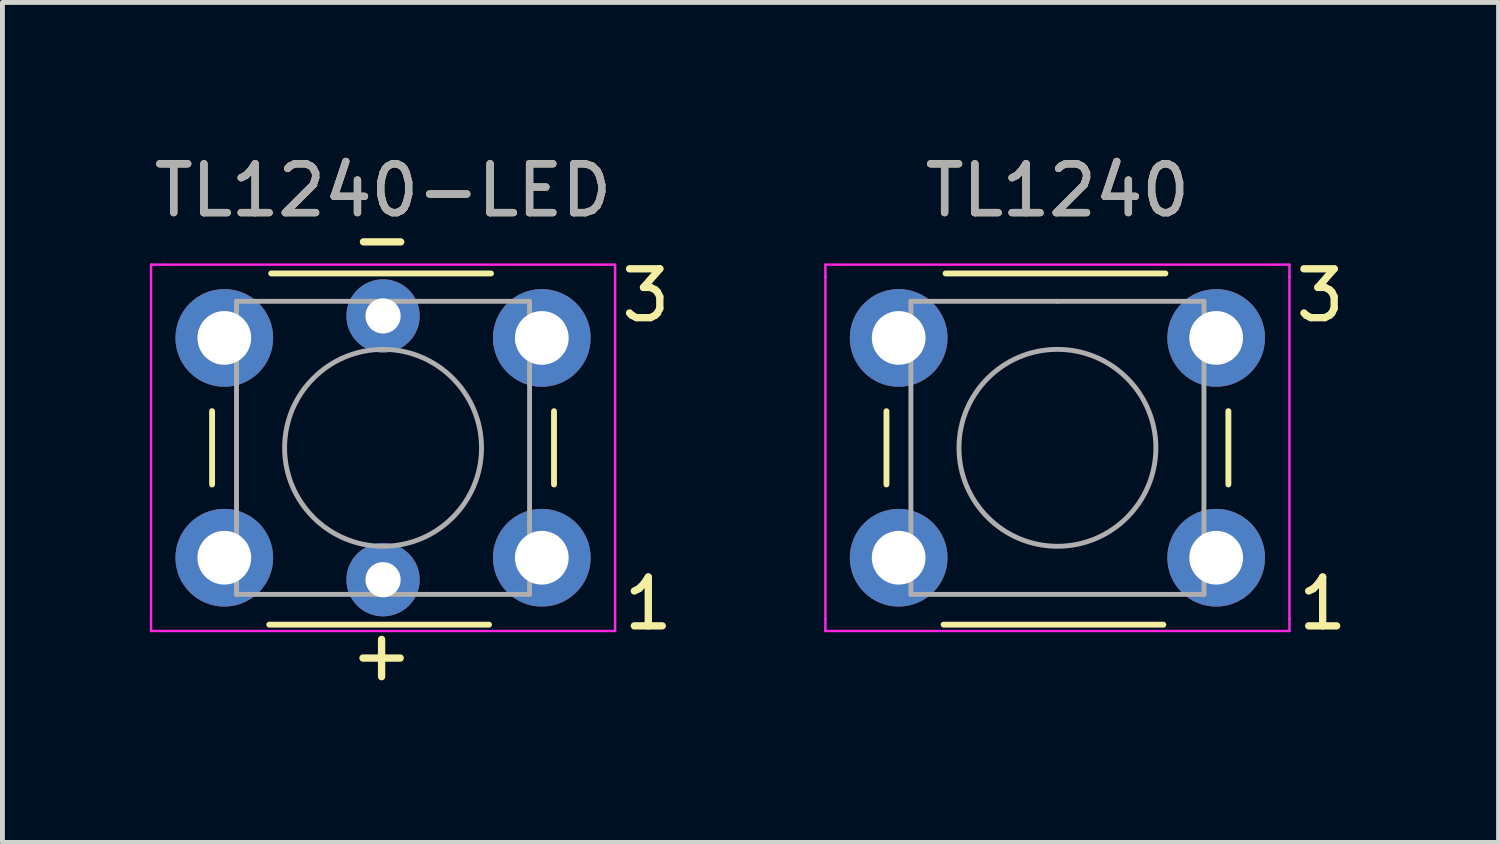
<source format=kicad_pcb>
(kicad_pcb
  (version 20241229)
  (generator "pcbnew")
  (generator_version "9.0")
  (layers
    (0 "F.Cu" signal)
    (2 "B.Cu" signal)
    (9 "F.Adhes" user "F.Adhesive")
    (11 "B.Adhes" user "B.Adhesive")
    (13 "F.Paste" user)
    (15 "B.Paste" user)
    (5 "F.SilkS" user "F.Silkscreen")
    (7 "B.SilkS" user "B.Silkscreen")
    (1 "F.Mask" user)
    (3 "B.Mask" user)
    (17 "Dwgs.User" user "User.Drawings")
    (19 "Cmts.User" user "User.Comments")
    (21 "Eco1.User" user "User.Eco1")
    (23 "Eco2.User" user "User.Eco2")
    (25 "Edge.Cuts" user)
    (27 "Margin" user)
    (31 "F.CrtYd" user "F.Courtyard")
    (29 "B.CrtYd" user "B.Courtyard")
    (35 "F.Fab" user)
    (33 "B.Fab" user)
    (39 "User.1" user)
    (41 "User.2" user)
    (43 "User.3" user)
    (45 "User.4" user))
  (footprint "TL1240-LED"
    (layer "F.Cu")
    (at 4.792 6.118)
    (property "Reference" "TL1240-LED" (at 0 -5.27 180) (layer "F.SilkS") (effects (font (size 1 1) (thickness 0.15))))
    (attr through_hole)
    (fp_line (start -3.5 -0.75) (end -3.5 0.75) (stroke (width 0.12) (type solid)) (layer "F.SilkS"))
    (fp_line (start -2.33 3.62) (end 2.17 3.62) (stroke (width 0.12) (type solid)) (layer "F.SilkS"))
    (fp_line (start 2.21 -3.57) (end -2.29 -3.57) (stroke (width 0.12) (type solid)) (layer "F.SilkS"))
    (fp_line (start 3.5 0.75) (end 3.5 -0.75) (stroke (width 0.12) (type solid)) (layer "F.SilkS"))
    (fp_line (start -4.75 -3.75) (end -4.5 -3.75) (stroke (width 0.05) (type solid)) (layer "F.CrtYd"))
    (fp_line (start -4.75 -3.5) (end -4.75 -3.75) (stroke (width 0.05) (type solid)) (layer "F.CrtYd"))
    (fp_line (start -4.75 3.5) (end -4.75 -3.5) (stroke (width 0.05) (type solid)) (layer "F.CrtYd"))
    (fp_line (start -4.75 3.5) (end -4.75 3.75) (stroke (width 0.05) (type solid)) (layer "F.CrtYd"))
    (fp_line (start -4.75 3.75) (end -4.5 3.75) (stroke (width 0.05) (type solid)) (layer "F.CrtYd"))
    (fp_line (start -4.5 -3.75) (end 4.5 -3.75) (stroke (width 0.05) (type solid)) (layer "F.CrtYd"))
    (fp_line (start 4.5 -3.75) (end 4.75 -3.75) (stroke (width 0.05) (type solid)) (layer "F.CrtYd"))
    (fp_line (start 4.5 3.75) (end -4.5 3.75) (stroke (width 0.05) (type solid)) (layer "F.CrtYd"))
    (fp_line (start 4.5 3.75) (end 4.75 3.75) (stroke (width 0.05) (type solid)) (layer "F.CrtYd"))
    (fp_line (start 4.75 -3.75) (end 4.75 -3.5) (stroke (width 0.05) (type solid)) (layer "F.CrtYd"))
    (fp_line (start 4.75 -3.5) (end 4.75 3.5) (stroke (width 0.05) (type solid)) (layer "F.CrtYd"))
    (fp_line (start 4.75 3.75) (end 4.75 3.5) (stroke (width 0.05) (type solid)) (layer "F.CrtYd"))
    (fp_line (start -3 -3) (end 0 -3) (stroke (width 0.1) (type solid)) (layer "F.Fab"))
    (fp_line (start -3 3) (end -3 -3) (stroke (width 0.1) (type solid)) (layer "F.Fab"))
    (fp_line (start 0 -3) (end 3 -3) (stroke (width 0.1) (type solid)) (layer "F.Fab"))
    (fp_line (start 3 -3) (end 3 3) (stroke (width 0.1) (type solid)) (layer "F.Fab"))
    (fp_line (start 3 3) (end -3 3) (stroke (width 0.1) (type solid)) (layer "F.Fab"))
    (fp_circle (center 0 0) (end -2 0.25) (stroke (width 0.1) (type solid)) (fill no) (layer "F.Fab"))
    (fp_text user "1" (at 5.43 3.19 0) (unlocked yes) (layer "F.SilkS") (effects (font (size 1 1) (thickness 0.15))))
    (fp_text user "+" (at -0.03 4.23 0) (unlocked yes) (layer "F.SilkS") (effects (font (size 1 1) (thickness 0.15))))
    (fp_text user "-" (at -0.02 -4.29 0) (unlocked yes) (layer "F.SilkS") (effects (font (size 1 1) (thickness 0.15))))
    (fp_text user "3" (at 5.38 -3.12 0) (unlocked yes) (layer "F.SilkS") (effects (font (size 1 1) (thickness 0.15))))
    (fp_text user "${REFERENCE}" (at 0 -5.27 0) (layer "F.Fab") (effects (font (size 1 1) (thickness 0.15))))
    (pad "+" thru_hole circle (at 0 2.7 90) (size 1.5 1.5) (drill 0.72) (layers "*.Cu" "*.Mask"))
    (pad "-" thru_hole circle (at 0 -2.7 90) (size 1.5 1.5) (drill 0.72) (layers "*.Cu" "*.Mask"))
    (pad "1" thru_hole circle (at 3.25 2.25 90) (size 2 2) (drill 1.1) (layers "*.Cu" "*.Mask"))
    (pad "2" thru_hole circle (at -3.25 2.25 90) (size 2 2) (drill 1.1) (layers "*.Cu" "*.Mask"))
    (pad "3" thru_hole circle (at 3.25 -2.25 90) (size 2 2) (drill 1.1) (layers "*.Cu" "*.Mask"))
    (pad "4" thru_hole circle (at -3.25 -2.25 90) (size 2 2) (drill 1.1) (layers "*.Cu" "*.Mask")))
  (footprint "TL1240"
    (layer "F.Cu")
    (at 18.598 6.118)
    (property "Reference" "TL1240" (at 0 -5.27 180) (layer "F.SilkS") (effects (font (size 1 1) (thickness 0.15))))
    (attr through_hole)
    (fp_line (start -3.5 -0.75) (end -3.5 0.75) (stroke (width 0.12) (type solid)) (layer "F.SilkS"))
    (fp_line (start -2.33 3.62) (end 2.17 3.62) (stroke (width 0.12) (type solid)) (layer "F.SilkS"))
    (fp_line (start 2.21 -3.57) (end -2.29 -3.57) (stroke (width 0.12) (type solid)) (layer "F.SilkS"))
    (fp_line (start 3.5 0.75) (end 3.5 -0.75) (stroke (width 0.12) (type solid)) (layer "F.SilkS"))
    (fp_line (start -4.75 -3.75) (end -4.5 -3.75) (stroke (width 0.05) (type solid)) (layer "F.CrtYd"))
    (fp_line (start -4.75 -3.5) (end -4.75 -3.75) (stroke (width 0.05) (type solid)) (layer "F.CrtYd"))
    (fp_line (start -4.75 3.5) (end -4.75 -3.5) (stroke (width 0.05) (type solid)) (layer "F.CrtYd"))
    (fp_line (start -4.75 3.5) (end -4.75 3.75) (stroke (width 0.05) (type solid)) (layer "F.CrtYd"))
    (fp_line (start -4.75 3.75) (end -4.5 3.75) (stroke (width 0.05) (type solid)) (layer "F.CrtYd"))
    (fp_line (start -4.5 -3.75) (end 4.5 -3.75) (stroke (width 0.05) (type solid)) (layer "F.CrtYd"))
    (fp_line (start 4.5 -3.75) (end 4.75 -3.75) (stroke (width 0.05) (type solid)) (layer "F.CrtYd"))
    (fp_line (start 4.5 3.75) (end -4.5 3.75) (stroke (width 0.05) (type solid)) (layer "F.CrtYd"))
    (fp_line (start 4.5 3.75) (end 4.75 3.75) (stroke (width 0.05) (type solid)) (layer "F.CrtYd"))
    (fp_line (start 4.75 -3.75) (end 4.75 -3.5) (stroke (width 0.05) (type solid)) (layer "F.CrtYd"))
    (fp_line (start 4.75 -3.5) (end 4.75 3.5) (stroke (width 0.05) (type solid)) (layer "F.CrtYd"))
    (fp_line (start 4.75 3.75) (end 4.75 3.5) (stroke (width 0.05) (type solid)) (layer "F.CrtYd"))
    (fp_line (start -3 -3) (end 0 -3) (stroke (width 0.1) (type solid)) (layer "F.Fab"))
    (fp_line (start -3 3) (end -3 -3) (stroke (width 0.1) (type solid)) (layer "F.Fab"))
    (fp_line (start 0 -3) (end 3 -3) (stroke (width 0.1) (type solid)) (layer "F.Fab"))
    (fp_line (start 3 -3) (end 3 3) (stroke (width 0.1) (type solid)) (layer "F.Fab"))
    (fp_line (start 3 3) (end -3 3) (stroke (width 0.1) (type solid)) (layer "F.Fab"))
    (fp_circle (center 0 0) (end -2 0.25) (stroke (width 0.1) (type solid)) (fill no) (layer "F.Fab"))
    (fp_text user "1" (at 5.43 3.19 0) (unlocked yes) (layer "F.SilkS") (effects (font (size 1 1) (thickness 0.15))))
    (fp_text user "3" (at 5.38 -3.12 0) (unlocked yes) (layer "F.SilkS") (effects (font (size 1 1) (thickness 0.15))))
    (fp_text user "${REFERENCE}" (at 0 -5.27 0) (layer "F.Fab") (effects (font (size 1 1) (thickness 0.15))))
    (pad "1" thru_hole circle (at 3.25 2.25 90) (size 2 2) (drill 1.1) (layers "*.Cu" "*.Mask"))
    (pad "2" thru_hole circle (at -3.25 2.25 90) (size 2 2) (drill 1.1) (layers "*.Cu" "*.Mask"))
    (pad "3" thru_hole circle (at 3.25 -2.25 90) (size 2 2) (drill 1.1) (layers "*.Cu" "*.Mask"))
    (pad "4" thru_hole circle (at -3.25 -2.25 90) (size 2 2) (drill 1.1) (layers "*.Cu" "*.Mask")))
  (gr_rect
    (start -3 -3)
    (end 27.629 14.197)
    (stroke (width 0.1) (type default))
    (fill no)
    (layer "Edge.Cuts")))
</source>
